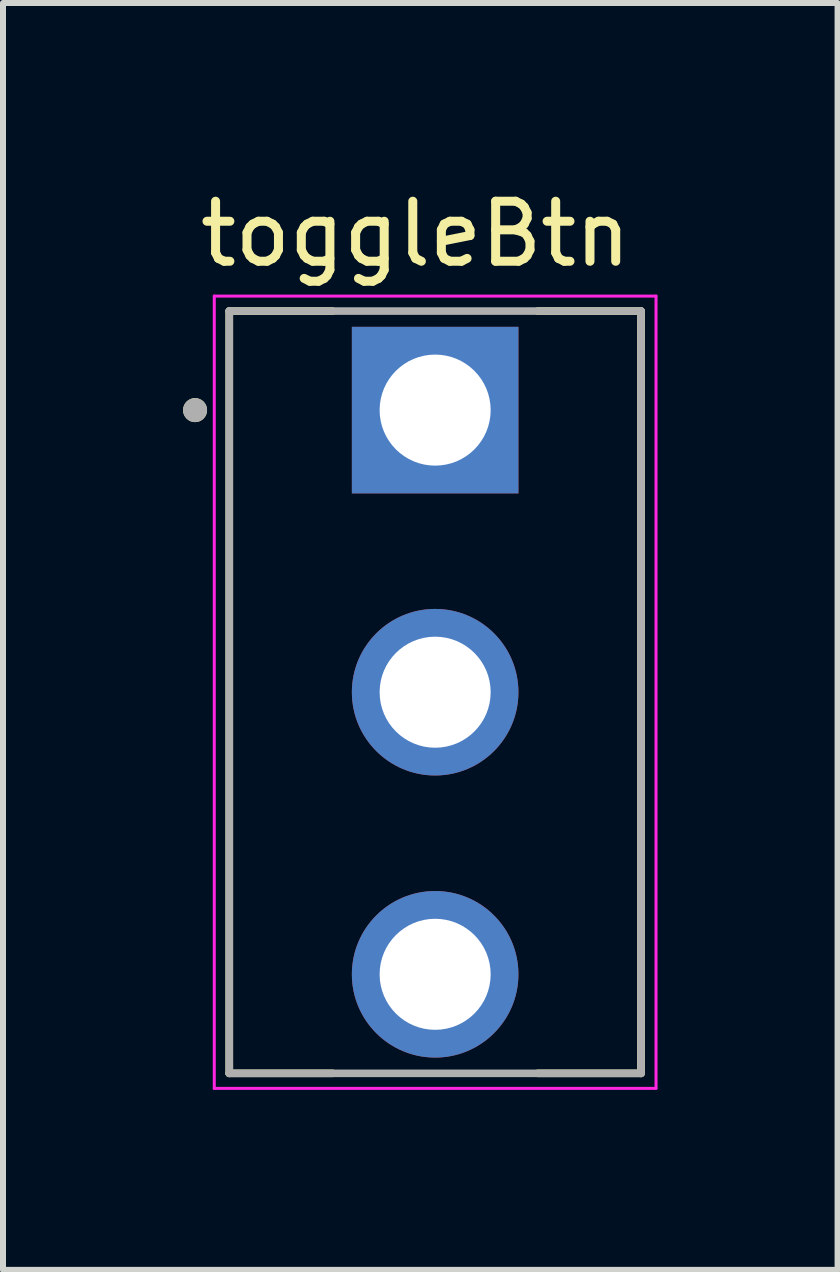
<source format=kicad_pcb>
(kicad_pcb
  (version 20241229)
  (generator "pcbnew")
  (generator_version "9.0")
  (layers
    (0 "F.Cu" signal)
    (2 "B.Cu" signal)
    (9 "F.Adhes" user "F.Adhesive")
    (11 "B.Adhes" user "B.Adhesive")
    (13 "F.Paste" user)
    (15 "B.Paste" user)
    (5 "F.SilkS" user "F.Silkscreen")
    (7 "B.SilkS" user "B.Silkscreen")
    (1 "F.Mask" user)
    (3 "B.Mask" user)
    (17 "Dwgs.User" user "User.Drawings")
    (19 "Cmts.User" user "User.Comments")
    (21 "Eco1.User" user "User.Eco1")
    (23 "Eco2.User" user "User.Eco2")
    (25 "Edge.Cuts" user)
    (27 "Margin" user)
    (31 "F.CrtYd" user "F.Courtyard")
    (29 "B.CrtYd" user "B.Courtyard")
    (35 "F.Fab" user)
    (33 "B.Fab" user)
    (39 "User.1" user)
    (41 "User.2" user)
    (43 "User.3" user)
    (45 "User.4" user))
  (footprint "toggleBtn"
    (layer "F.Cu")
    (at 4.2 8.483)
    (property "Reference" "toggleBtn" (at -0.325 -7.635 0) (layer "F.SilkS") (effects (font (size 1 1) (thickness 0.15))))
    (attr through_hole)
    (fp_line (start -3.43 6.35) (end -3.43 -6.35) (stroke (width 0.127) (type solid)) (layer "F.SilkS"))
    (fp_line (start -1.71 -6.35) (end -3.43 -6.35) (stroke (width 0.127) (type solid)) (layer "F.SilkS"))
    (fp_line (start -1.71 6.35) (end -3.43 6.35) (stroke (width 0.127) (type solid)) (layer "F.SilkS"))
    (fp_line (start 3.43 -6.35) (end 1.71 -6.35) (stroke (width 0.127) (type solid)) (layer "F.SilkS"))
    (fp_line (start 3.43 -6.35) (end 3.43 6.35) (stroke (width 0.127) (type solid)) (layer "F.SilkS"))
    (fp_line (start 3.43 6.35) (end 1.71 6.35) (stroke (width 0.127) (type solid)) (layer "F.SilkS"))
    (fp_circle (center -4 -4.7) (end -3.9 -4.7) (stroke (width 0.2) (type solid)) (fill no) (layer "F.SilkS"))
    (fp_line (start -3.68 -6.6) (end -3.68 6.6) (stroke (width 0.05) (type solid)) (layer "F.CrtYd"))
    (fp_line (start -3.68 6.6) (end 3.68 6.6) (stroke (width 0.05) (type solid)) (layer "F.CrtYd"))
    (fp_line (start 3.68 -6.6) (end -3.68 -6.6) (stroke (width 0.05) (type solid)) (layer "F.CrtYd"))
    (fp_line (start 3.68 6.6) (end 3.68 -6.6) (stroke (width 0.05) (type solid)) (layer "F.CrtYd"))
    (fp_line (start -3.43 -6.35) (end -3.43 6.35) (stroke (width 0.127) (type solid)) (layer "F.Fab"))
    (fp_line (start -3.43 6.35) (end 3.43 6.35) (stroke (width 0.127) (type solid)) (layer "F.Fab"))
    (fp_line (start 3.43 -6.35) (end -3.43 -6.35) (stroke (width 0.127) (type solid)) (layer "F.Fab"))
    (fp_line (start 3.43 6.35) (end 3.43 -6.35) (stroke (width 0.127) (type solid)) (layer "F.Fab"))
    (fp_circle (center -4 -4.7) (end -3.9 -4.7) (stroke (width 0.2) (type solid)) (fill no) (layer "F.Fab"))
    (pad "1" thru_hole rect (at 0 -4.7) (size 2.775 2.775) (drill 1.85) (layers "*.Cu" "*.Mask"))
    (pad "2" thru_hole circle (at 0 0) (size 2.775 2.775) (drill 1.85) (layers "*.Cu" "*.Mask"))
    (pad "3" thru_hole circle (at 0 4.7) (size 2.775 2.775) (drill 1.85) (layers "*.Cu" "*.Mask")))
  (gr_rect
    (start -3 -3)
    (end 10.905 18.108)
    (stroke (width 0.1) (type default))
    (fill no)
    (layer "Edge.Cuts")))
</source>
